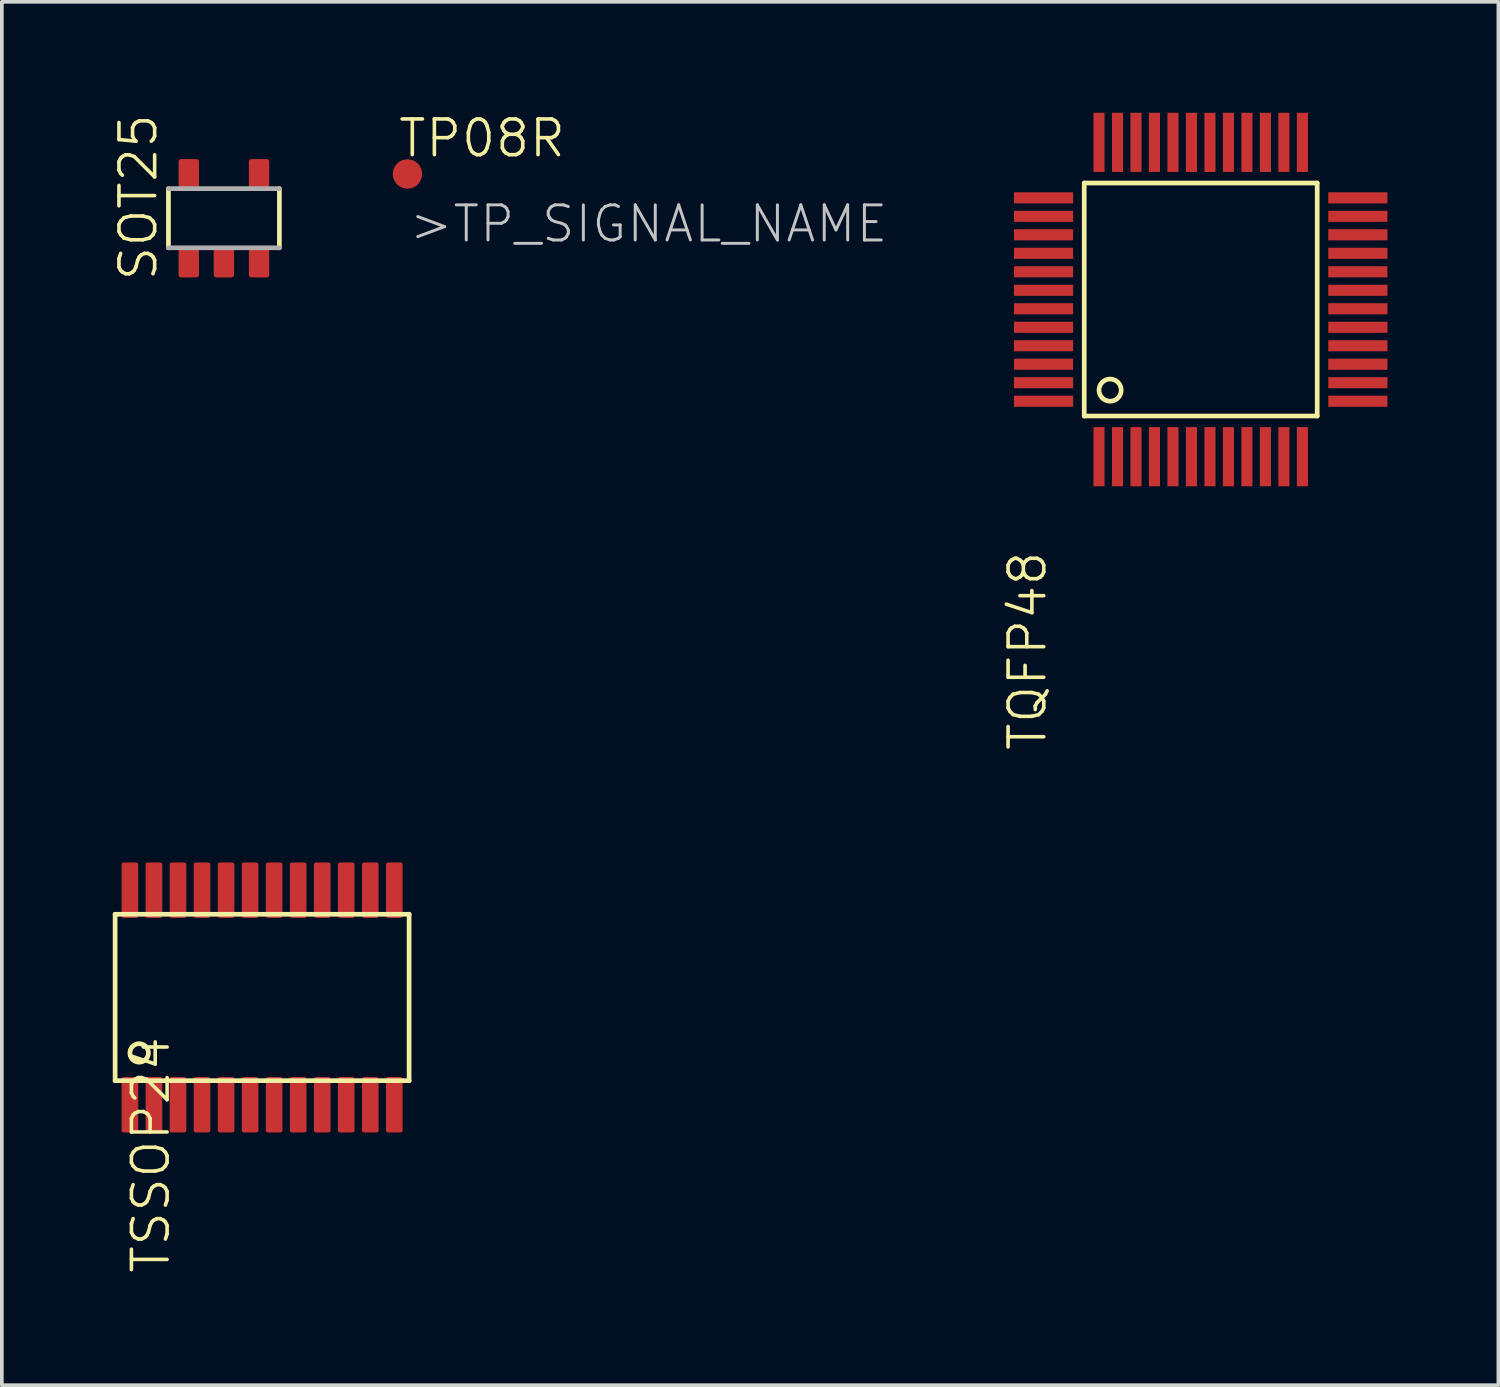
<source format=kicad_pcb>
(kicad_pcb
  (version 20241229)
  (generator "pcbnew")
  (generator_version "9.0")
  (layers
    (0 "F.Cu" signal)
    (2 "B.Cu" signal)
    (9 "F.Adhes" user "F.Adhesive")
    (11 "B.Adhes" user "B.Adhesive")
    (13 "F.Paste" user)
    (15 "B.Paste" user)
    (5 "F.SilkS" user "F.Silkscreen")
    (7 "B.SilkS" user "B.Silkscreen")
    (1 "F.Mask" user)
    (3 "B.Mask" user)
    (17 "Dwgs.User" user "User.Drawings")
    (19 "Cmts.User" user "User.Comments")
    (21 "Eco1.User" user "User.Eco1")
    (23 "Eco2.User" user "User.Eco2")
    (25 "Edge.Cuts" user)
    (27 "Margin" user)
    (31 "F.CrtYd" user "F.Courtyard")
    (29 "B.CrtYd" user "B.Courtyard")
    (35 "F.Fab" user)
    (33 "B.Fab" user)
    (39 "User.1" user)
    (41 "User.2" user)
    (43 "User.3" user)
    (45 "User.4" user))
  (footprint "TQFP48"
    (layer "F.Cu")
    (at 25.17 9.3)
    (property "Reference" "TQFP48" (at -1 2.5 90) (layer "F.SilkS") (effects (font (size 0.965 0.965) (thickness 0.097)) (justify right top)))
    (attr through_hole)
    (fp_line (start 1.1 -7.4) (end 7.4 -7.4) (stroke (width 0.127) (type solid)) (layer "F.SilkS"))
    (fp_line (start 1.1 -1.1) (end 1.1 -7.4) (stroke (width 0.127) (type solid)) (layer "F.SilkS"))
    (fp_line (start 7.4 -7.4) (end 7.4 -1.1) (stroke (width 0.127) (type solid)) (layer "F.SilkS"))
    (fp_line (start 7.4 -1.1) (end 1.1 -1.1) (stroke (width 0.127) (type solid)) (layer "F.SilkS"))
    (fp_circle (center 1.8 -1.8) (end 2.1 -1.8) (stroke (width 0.127) (type solid)) (fill no) (layer "F.SilkS"))
    (pad "1" smd rect (at 1.5 0) (size 0.3 1.6) (layers "F.Cu" "F.Mask" "F.Paste"))
    (pad "2" smd rect (at 2 0) (size 0.3 1.6) (layers "F.Cu" "F.Mask" "F.Paste"))
    (pad "3" smd rect (at 2.5 0) (size 0.3 1.6) (layers "F.Cu" "F.Mask" "F.Paste"))
    (pad "4" smd rect (at 3 0) (size 0.3 1.6) (layers "F.Cu" "F.Mask" "F.Paste"))
    (pad "5" smd rect (at 3.5 0) (size 0.3 1.6) (layers "F.Cu" "F.Mask" "F.Paste"))
    (pad "6" smd rect (at 4 0) (size 0.3 1.6) (layers "F.Cu" "F.Mask" "F.Paste"))
    (pad "7" smd rect (at 4.5 0) (size 0.3 1.6) (layers "F.Cu" "F.Mask" "F.Paste"))
    (pad "8" smd rect (at 5 0) (size 0.3 1.6) (layers "F.Cu" "F.Mask" "F.Paste"))
    (pad "9" smd rect (at 5.5 0) (size 0.3 1.6) (layers "F.Cu" "F.Mask" "F.Paste"))
    (pad "10" smd rect (at 6 0) (size 0.3 1.6) (layers "F.Cu" "F.Mask" "F.Paste"))
    (pad "11" smd rect (at 6.5 0) (size 0.3 1.6) (layers "F.Cu" "F.Mask" "F.Paste"))
    (pad "12" smd rect (at 7 0) (size 0.3 1.6) (layers "F.Cu" "F.Mask" "F.Paste"))
    (pad "13" smd rect (at 8.5 -1.5 90) (size 0.3 1.6) (layers "F.Cu" "F.Mask" "F.Paste"))
    (pad "14" smd rect (at 8.5 -2 90) (size 0.3 1.6) (layers "F.Cu" "F.Mask" "F.Paste"))
    (pad "15" smd rect (at 8.5 -2.5 90) (size 0.3 1.6) (layers "F.Cu" "F.Mask" "F.Paste"))
    (pad "16" smd rect (at 8.5 -3 90) (size 0.3 1.6) (layers "F.Cu" "F.Mask" "F.Paste"))
    (pad "17" smd rect (at 8.5 -3.5 90) (size 0.3 1.6) (layers "F.Cu" "F.Mask" "F.Paste"))
    (pad "18" smd rect (at 8.5 -4 90) (size 0.3 1.6) (layers "F.Cu" "F.Mask" "F.Paste"))
    (pad "19" smd rect (at 8.5 -4.5 90) (size 0.3 1.6) (layers "F.Cu" "F.Mask" "F.Paste"))
    (pad "20" smd rect (at 8.5 -5 90) (size 0.3 1.6) (layers "F.Cu" "F.Mask" "F.Paste"))
    (pad "21" smd rect (at 8.5 -5.5 90) (size 0.3 1.6) (layers "F.Cu" "F.Mask" "F.Paste"))
    (pad "22" smd rect (at 8.5 -6 90) (size 0.3 1.6) (layers "F.Cu" "F.Mask" "F.Paste"))
    (pad "23" smd rect (at 8.5 -6.5 90) (size 0.3 1.6) (layers "F.Cu" "F.Mask" "F.Paste"))
    (pad "24" smd rect (at 8.5 -7 90) (size 0.3 1.6) (layers "F.Cu" "F.Mask" "F.Paste"))
    (pad "25" smd rect (at 7 -8.5 180) (size 0.3 1.6) (layers "F.Cu" "F.Mask" "F.Paste"))
    (pad "26" smd rect (at 6.5 -8.5 180) (size 0.3 1.6) (layers "F.Cu" "F.Mask" "F.Paste"))
    (pad "27" smd rect (at 6 -8.5 180) (size 0.3 1.6) (layers "F.Cu" "F.Mask" "F.Paste"))
    (pad "28" smd rect (at 5.5 -8.5 180) (size 0.3 1.6) (layers "F.Cu" "F.Mask" "F.Paste"))
    (pad "29" smd rect (at 5 -8.5 180) (size 0.3 1.6) (layers "F.Cu" "F.Mask" "F.Paste"))
    (pad "30" smd rect (at 4.5 -8.5 180) (size 0.3 1.6) (layers "F.Cu" "F.Mask" "F.Paste"))
    (pad "31" smd rect (at 4 -8.5 180) (size 0.3 1.6) (layers "F.Cu" "F.Mask" "F.Paste"))
    (pad "32" smd rect (at 3.5 -8.5 180) (size 0.3 1.6) (layers "F.Cu" "F.Mask" "F.Paste"))
    (pad "33" smd rect (at 3 -8.5 180) (size 0.3 1.6) (layers "F.Cu" "F.Mask" "F.Paste"))
    (pad "34" smd rect (at 2.5 -8.5 180) (size 0.3 1.6) (layers "F.Cu" "F.Mask" "F.Paste"))
    (pad "35" smd rect (at 2 -8.5 180) (size 0.3 1.6) (layers "F.Cu" "F.Mask" "F.Paste"))
    (pad "36" smd rect (at 1.5 -8.5 180) (size 0.3 1.6) (layers "F.Cu" "F.Mask" "F.Paste"))
    (pad "37" smd rect (at 0 -7 270) (size 0.3 1.6) (layers "F.Cu" "F.Mask" "F.Paste"))
    (pad "38" smd rect (at 0 -6.5 270) (size 0.3 1.6) (layers "F.Cu" "F.Mask" "F.Paste"))
    (pad "39" smd rect (at 0 -6 270) (size 0.3 1.6) (layers "F.Cu" "F.Mask" "F.Paste"))
    (pad "40" smd rect (at 0 -5.5 270) (size 0.3 1.6) (layers "F.Cu" "F.Mask" "F.Paste"))
    (pad "41" smd rect (at 0 -5 270) (size 0.3 1.6) (layers "F.Cu" "F.Mask" "F.Paste"))
    (pad "42" smd rect (at 0 -4.5 270) (size 0.3 1.6) (layers "F.Cu" "F.Mask" "F.Paste"))
    (pad "43" smd rect (at 0 -4 270) (size 0.3 1.6) (layers "F.Cu" "F.Mask" "F.Paste"))
    (pad "44" smd rect (at 0 -3.5 270) (size 0.3 1.6) (layers "F.Cu" "F.Mask" "F.Paste"))
    (pad "45" smd rect (at 0 -3 270) (size 0.3 1.6) (layers "F.Cu" "F.Mask" "F.Paste"))
    (pad "46" smd rect (at 0 -2.5 270) (size 0.3 1.6) (layers "F.Cu" "F.Mask" "F.Paste"))
    (pad "47" smd rect (at 0 -2 270) (size 0.3 1.6) (layers "F.Cu" "F.Mask" "F.Paste"))
    (pad "48" smd rect (at 0 -1.5 270) (size 0.3 1.6) (layers "F.Cu" "F.Mask" "F.Paste")))
  (footprint "TP08R"
    (layer "F.Cu")
    (at 7.968 1.655)
    (property "Reference" "TP08R" (at -0.3 -0.4 180) (layer "F.SilkS") (effects (font (size 0.965 0.965) (thickness 0.097)) (justify left bottom)))
    (attr through_hole)
    (fp_text user ">TP_SIGNAL_NAME" (at 0 1.905 0) (layer "Dwgs.User") (effects (font (size 0.95 0.95) (thickness 0.08)) (justify left bottom)))
    (pad "TP" smd roundrect (at 0 0) (size 0.8 0.8) (layers "F.Cu" "F.Mask") (roundrect_rratio 0.5)))
  (footprint "TSSOP24"
    (layer "F.Cu")
    (at 3.713 23.924)
    (property "Reference" "TSSOP24" (at -3.25 1 270) (layer "F.SilkS") (effects (font (size 0.965 0.965) (thickness 0.097)) (justify right top)))
    (attr through_hole)
    (fp_line (start -3.65 -2.25) (end 4.3 -2.25) (stroke (width 0.127) (type solid)) (layer "F.SilkS"))
    (fp_line (start -3.65 2.25) (end -3.65 -2.25) (stroke (width 0.127) (type solid)) (layer "F.SilkS"))
    (fp_line (start 4.3 -2.25) (end 4.3 2.25) (stroke (width 0.127) (type solid)) (layer "F.SilkS"))
    (fp_line (start 4.3 2.25) (end -3.65 2.25) (stroke (width 0.127) (type solid)) (layer "F.SilkS"))
    (fp_circle (center -3 1.5) (end -2.75 1.5) (stroke (width 0.127) (type solid)) (fill no) (layer "F.SilkS"))
    (pad "1" smd roundrect (at -3.25 2.9) (size 0.45 1.5) (layers "F.Cu" "F.Mask" "F.Paste") (roundrect_rratio 0.125))
    (pad "2" smd roundrect (at -2.6 2.9) (size 0.45 1.5) (layers "F.Cu" "F.Mask" "F.Paste") (roundrect_rratio 0.125))
    (pad "3" smd roundrect (at -1.95 2.9) (size 0.45 1.5) (layers "F.Cu" "F.Mask" "F.Paste") (roundrect_rratio 0.125))
    (pad "4" smd roundrect (at -1.3 2.9) (size 0.45 1.5) (layers "F.Cu" "F.Mask" "F.Paste") (roundrect_rratio 0.125))
    (pad "5" smd roundrect (at -0.65 2.9) (size 0.45 1.5) (layers "F.Cu" "F.Mask" "F.Paste") (roundrect_rratio 0.125))
    (pad "6" smd roundrect (at 0 2.9) (size 0.45 1.5) (layers "F.Cu" "F.Mask" "F.Paste") (roundrect_rratio 0.125))
    (pad "7" smd roundrect (at 0.65 2.9) (size 0.45 1.5) (layers "F.Cu" "F.Mask" "F.Paste") (roundrect_rratio 0.125))
    (pad "8" smd roundrect (at 1.3 2.9) (size 0.45 1.5) (layers "F.Cu" "F.Mask" "F.Paste") (roundrect_rratio 0.125))
    (pad "9" smd roundrect (at 1.95 2.9) (size 0.45 1.5) (layers "F.Cu" "F.Mask" "F.Paste") (roundrect_rratio 0.125))
    (pad "10" smd roundrect (at 2.6 2.9) (size 0.45 1.5) (layers "F.Cu" "F.Mask" "F.Paste") (roundrect_rratio 0.125))
    (pad "11" smd roundrect (at 3.25 2.9) (size 0.45 1.5) (layers "F.Cu" "F.Mask" "F.Paste") (roundrect_rratio 0.125))
    (pad "12" smd roundrect (at 3.9 2.9) (size 0.45 1.5) (layers "F.Cu" "F.Mask" "F.Paste") (roundrect_rratio 0.125))
    (pad "13" smd roundrect (at 3.9 -2.9) (size 0.45 1.5) (layers "F.Cu" "F.Mask" "F.Paste") (roundrect_rratio 0.125))
    (pad "14" smd roundrect (at 3.25 -2.9) (size 0.45 1.5) (layers "F.Cu" "F.Mask" "F.Paste") (roundrect_rratio 0.125))
    (pad "15" smd roundrect (at 2.6 -2.9) (size 0.45 1.5) (layers "F.Cu" "F.Mask" "F.Paste") (roundrect_rratio 0.125))
    (pad "16" smd roundrect (at 1.95 -2.9) (size 0.45 1.5) (layers "F.Cu" "F.Mask" "F.Paste") (roundrect_rratio 0.125))
    (pad "17" smd roundrect (at 1.3 -2.9) (size 0.45 1.5) (layers "F.Cu" "F.Mask" "F.Paste") (roundrect_rratio 0.125))
    (pad "18" smd roundrect (at 0.65 -2.9) (size 0.45 1.5) (layers "F.Cu" "F.Mask" "F.Paste") (roundrect_rratio 0.125))
    (pad "19" smd roundrect (at 0 -2.9) (size 0.45 1.5) (layers "F.Cu" "F.Mask" "F.Paste") (roundrect_rratio 0.125))
    (pad "20" smd roundrect (at -0.65 -2.9) (size 0.45 1.5) (layers "F.Cu" "F.Mask" "F.Paste") (roundrect_rratio 0.125))
    (pad "21" smd roundrect (at -1.3 -2.9) (size 0.45 1.5) (layers "F.Cu" "F.Mask" "F.Paste") (roundrect_rratio 0.125))
    (pad "22" smd roundrect (at -1.95 -2.9) (size 0.45 1.5) (layers "F.Cu" "F.Mask" "F.Paste") (roundrect_rratio 0.125))
    (pad "23" smd roundrect (at -2.6 -2.9) (size 0.45 1.5) (layers "F.Cu" "F.Mask" "F.Paste") (roundrect_rratio 0.125))
    (pad "24" smd roundrect (at -3.25 -2.9) (size 0.45 1.5) (layers "F.Cu" "F.Mask" "F.Paste") (roundrect_rratio 0.125)))
  (footprint "SOT25"
    (layer "F.Cu")
    (at 3.005 2.851)
    (property "Reference" "SOT25" (at -1.75 1.75 90) (layer "F.SilkS") (effects (font (size 0.965 0.965) (thickness 0.097)) (justify left bottom)))
    (attr through_hole)
    (fp_line (start -1.5 0.8) (end -1.5 -0.8) (stroke (width 0.127) (type solid)) (layer "F.SilkS"))
    (fp_line (start 1.5 -0.8) (end 1.5 0.8) (stroke (width 0.127) (type solid)) (layer "F.SilkS"))
    (fp_line (start -1.5 -0.8) (end 1.5 -0.8) (stroke (width 0.127) (type solid)) (layer "F.Fab"))
    (fp_line (start 1.5 0.8) (end -1.5 0.8) (stroke (width 0.127) (type solid)) (layer "F.Fab"))
    (pad "1" smd roundrect (at -0.95 1.2) (size 0.55 0.8) (layers "F.Cu" "F.Mask" "F.Paste") (roundrect_rratio 0.125))
    (pad "2" smd roundrect (at 0 1.2) (size 0.55 0.8) (layers "F.Cu" "F.Mask" "F.Paste") (roundrect_rratio 0.125))
    (pad "3" smd roundrect (at 0.95 1.2) (size 0.55 0.8) (layers "F.Cu" "F.Mask" "F.Paste") (roundrect_rratio 0.125))
    (pad "4" smd roundrect (at 0.95 -1.2) (size 0.55 0.8) (layers "F.Cu" "F.Mask" "F.Paste") (roundrect_rratio 0.125))
    (pad "5" smd roundrect (at -0.95 -1.2) (size 0.55 0.8) (layers "F.Cu" "F.Mask" "F.Paste") (roundrect_rratio 0.125)))
  (gr_rect
    (start -3 -3)
    (end 37.47 34.409)
    (stroke (width 0.1) (type default))
    (fill no)
    (layer "Edge.Cuts")))
</source>
